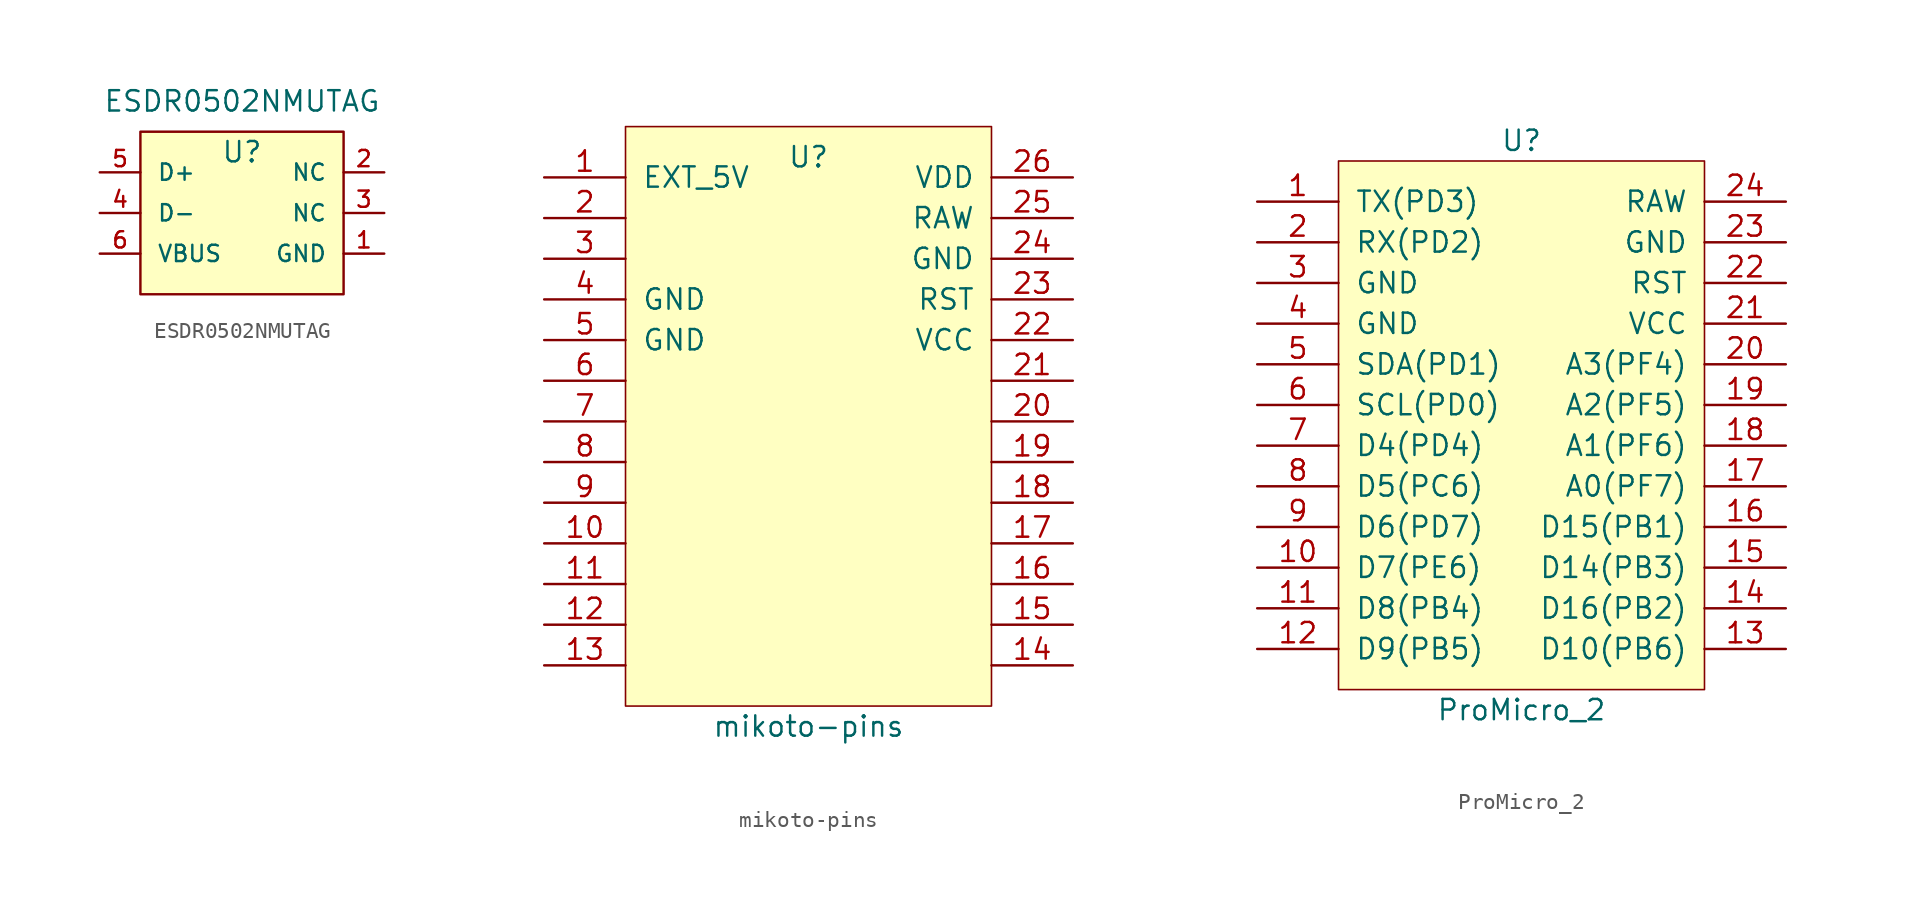
<source format=kicad_sym>
(kicad_symbol_lib
  (version 20220914)
  (generator kicad_symbol_editor)
  (symbol "ESDR0502NMUTAG"
    (pin_names
      (offset 1.016))
    (property "Reference" "U"
      (at 0 3.81 0)
      (effects (font (size 1.27 1.27))))
    (property "Value" "ESDR0502NMUTAG"
      (at 0 6.985 0)
      (effects (font (size 1.27 1.27))))
    (symbol "ESDR0502NMUTAG_1_1"
      (rectangle (start -6.35 5.08) (end 6.35 -5.08) (stroke (width 0) (type default)) (fill (type background)))
      (pin power_in line (at 8.89 -2.54 180) (length 2.54) (name "GND" (effects (font (size 1.016 1.016)))) (number "1" (effects (font (size 1.016 1.016)))))
      (pin passive line (at 8.89 2.54 180) (length 2.54) (name "NC" (effects (font (size 1.016 1.016)))) (number "2" (effects (font (size 1.016 1.016)))))
      (pin passive line (at 8.89 0 180) (length 2.54) (name "NC" (effects (font (size 1.016 1.016)))) (number "3" (effects (font (size 1.016 1.016)))))
      (pin passive line (at -8.89 0 0) (length 2.54) (name "D-" (effects (font (size 1.016 1.016)))) (number "4" (effects (font (size 1.016 1.016)))))
      (pin passive line (at -8.89 2.54 0) (length 2.54) (name "D+" (effects (font (size 1.016 1.016)))) (number "5" (effects (font (size 1.016 1.016)))))
      (pin power_in line (at -8.89 -2.54 0) (length 2.54) (name "VBUS" (effects (font (size 1.016 1.016)))) (number "6" (effects (font (size 1.016 1.016)))))))
  (symbol "mikoto-pins"
    (pin_names
      (offset 1.016))
    (property "Reference" "U"
      (at 0 16.51 0)
      (effects (font (size 1.27 1.27))))
    (property "Value" "mikoto-pins"
      (at 0 -19.05 0)
      (effects (font (size 1.27 1.27))))
    (symbol "mikoto-pins_0_0"
      (pin input line (at -16.51 15.24 0) (length 5.08) (name "EXT_5V" (effects (font (size 1.27 1.27)))) (number "1" (effects (font (size 1.27 1.27)))))
      (pin power_in line (at 16.51 15.24 180) (length 5.08) (name "VDD" (effects (font (size 1.27 1.27)))) (number "26" (effects (font (size 1.27 1.27))))))
    (symbol "mikoto-pins_0_1"
      (rectangle (start -11.43 18.415) (end 11.43 -17.78) (stroke (width 0.1) (type default)) (fill (type background))))
    (symbol "mikoto-pins_1_1"
      (pin input line (at -16.51 -7.62 0) (length 5.08) (name "" (effects (font (size 1.27 1.27)))) (number "10" (effects (font (size 1.27 1.27)))))
      (pin input line (at -16.51 -10.16 0) (length 5.08) (name "" (effects (font (size 1.27 1.27)))) (number "11" (effects (font (size 1.27 1.27)))))
      (pin input line (at -16.51 -12.7 0) (length 5.08) (name "" (effects (font (size 1.27 1.27)))) (number "12" (effects (font (size 1.27 1.27)))))
      (pin input line (at -16.51 -15.24 0) (length 5.08) (name "" (effects (font (size 1.27 1.27)))) (number "13" (effects (font (size 1.27 1.27)))))
      (pin input line (at 16.51 -15.24 180) (length 5.08) (name "" (effects (font (size 1.27 1.27)))) (number "14" (effects (font (size 1.27 1.27)))))
      (pin input line (at 16.51 -12.7 180) (length 5.08) (name "" (effects (font (size 1.27 1.27)))) (number "15" (effects (font (size 1.27 1.27)))))
      (pin input line (at 16.51 -10.16 180) (length 5.08) (name "" (effects (font (size 1.27 1.27)))) (number "16" (effects (font (size 1.27 1.27)))))
      (pin input line (at 16.51 -7.62 180) (length 5.08) (name "" (effects (font (size 1.27 1.27)))) (number "17" (effects (font (size 1.27 1.27)))))
      (pin input line (at 16.51 -5.08 180) (length 5.08) (name "" (effects (font (size 1.27 1.27)))) (number "18" (effects (font (size 1.27 1.27)))))
      (pin input line (at 16.51 -2.54 180) (length 5.08) (name "" (effects (font (size 1.27 1.27)))) (number "19" (effects (font (size 1.27 1.27)))))
      (pin input line (at -16.51 12.7 0) (length 5.08) (name "" (effects (font (size 1.27 1.27)))) (number "2" (effects (font (size 1.27 1.27)))))
      (pin input line (at 16.51 0 180) (length 5.08) (name "" (effects (font (size 1.27 1.27)))) (number "20" (effects (font (size 1.27 1.27)))))
      (pin input line (at 16.51 2.54 180) (length 5.08) (name "" (effects (font (size 1.27 1.27)))) (number "21" (effects (font (size 1.27 1.27)))))
      (pin power_in line (at 16.51 5.08 180) (length 5.08) (name "VCC" (effects (font (size 1.27 1.27)))) (number "22" (effects (font (size 1.27 1.27)))))
      (pin input line (at 16.51 7.62 180) (length 5.08) (name "RST" (effects (font (size 1.27 1.27)))) (number "23" (effects (font (size 1.27 1.27)))))
      (pin power_in line (at 16.51 10.16 180) (length 5.08) (name "GND" (effects (font (size 1.27 1.27)))) (number "24" (effects (font (size 1.27 1.27)))))
      (pin power_in line (at 16.51 12.7 180) (length 5.08) (name "RAW" (effects (font (size 1.27 1.27)))) (number "25" (effects (font (size 1.27 1.27)))))
      (pin input line (at -16.51 10.16 0) (length 5.08) (name "" (effects (font (size 1.27 1.27)))) (number "3" (effects (font (size 1.27 1.27)))))
      (pin power_in line (at -16.51 7.62 0) (length 5.08) (name "GND" (effects (font (size 1.27 1.27)))) (number "4" (effects (font (size 1.27 1.27)))))
      (pin power_in line (at -16.51 5.08 0) (length 5.08) (name "GND" (effects (font (size 1.27 1.27)))) (number "5" (effects (font (size 1.27 1.27)))))
      (pin input line (at -16.51 2.54 0) (length 5.08) (name "" (effects (font (size 1.27 1.27)))) (number "6" (effects (font (size 1.27 1.27)))))
      (pin input line (at -16.51 0 0) (length 5.08) (name "" (effects (font (size 1.27 1.27)))) (number "7" (effects (font (size 1.27 1.27)))))
      (pin input line (at -16.51 -2.54 0) (length 5.08) (name "" (effects (font (size 1.27 1.27)))) (number "8" (effects (font (size 1.27 1.27)))))
      (pin input line (at -16.51 -5.08 0) (length 5.08) (name "" (effects (font (size 1.27 1.27)))) (number "9" (effects (font (size 1.27 1.27)))))))
  (symbol "ProMicro_2"
    (pin_names
      (offset 1.016))
    (property "Reference" "U"
      (at 0 17.78 0)
      (effects (font (size 1.27 1.27))))
    (property "Value" "ProMicro_2"
      (at 0 -17.78 0)
      (effects (font (size 1.27 1.27))))
    (symbol "ProMicro_2_0_1"
      (rectangle (start -11.43 16.51) (end 11.43 -16.51) (stroke (width 0.1) (type default)) (fill (type background))))
    (symbol "ProMicro_2_1_1"
      (pin input line (at -16.51 13.97 0) (length 5.08) (name "TX(PD3)" (effects (font (size 1.27 1.27)))) (number "1" (effects (font (size 1.27 1.27)))))
      (pin input line (at -16.51 -8.89 0) (length 5.08) (name "D7(PE6)" (effects (font (size 1.27 1.27)))) (number "10" (effects (font (size 1.27 1.27)))))
      (pin input line (at -16.51 -11.43 0) (length 5.08) (name "D8(PB4)" (effects (font (size 1.27 1.27)))) (number "11" (effects (font (size 1.27 1.27)))))
      (pin input line (at -16.51 -13.97 0) (length 5.08) (name "D9(PB5)" (effects (font (size 1.27 1.27)))) (number "12" (effects (font (size 1.27 1.27)))))
      (pin input line (at 16.51 -13.97 180) (length 5.08) (name "D10(PB6)" (effects (font (size 1.27 1.27)))) (number "13" (effects (font (size 1.27 1.27)))))
      (pin input line (at 16.51 -11.43 180) (length 5.08) (name "D16(PB2)" (effects (font (size 1.27 1.27)))) (number "14" (effects (font (size 1.27 1.27)))))
      (pin input line (at 16.51 -8.89 180) (length 5.08) (name "D14(PB3)" (effects (font (size 1.27 1.27)))) (number "15" (effects (font (size 1.27 1.27)))))
      (pin input line (at 16.51 -6.35 180) (length 5.08) (name "D15(PB1)" (effects (font (size 1.27 1.27)))) (number "16" (effects (font (size 1.27 1.27)))))
      (pin input line (at 16.51 -3.81 180) (length 5.08) (name "A0(PF7)" (effects (font (size 1.27 1.27)))) (number "17" (effects (font (size 1.27 1.27)))))
      (pin input line (at 16.51 -1.27 180) (length 5.08) (name "A1(PF6)" (effects (font (size 1.27 1.27)))) (number "18" (effects (font (size 1.27 1.27)))))
      (pin input line (at 16.51 1.27 180) (length 5.08) (name "A2(PF5)" (effects (font (size 1.27 1.27)))) (number "19" (effects (font (size 1.27 1.27)))))
      (pin input line (at -16.51 11.43 0) (length 5.08) (name "RX(PD2)" (effects (font (size 1.27 1.27)))) (number "2" (effects (font (size 1.27 1.27)))))
      (pin input line (at 16.51 3.81 180) (length 5.08) (name "A3(PF4)" (effects (font (size 1.27 1.27)))) (number "20" (effects (font (size 1.27 1.27)))))
      (pin input line (at 16.51 6.35 180) (length 5.08) (name "VCC" (effects (font (size 1.27 1.27)))) (number "21" (effects (font (size 1.27 1.27)))))
      (pin input line (at 16.51 8.89 180) (length 5.08) (name "RST" (effects (font (size 1.27 1.27)))) (number "22" (effects (font (size 1.27 1.27)))))
      (pin input line (at 16.51 11.43 180) (length 5.08) (name "GND" (effects (font (size 1.27 1.27)))) (number "23" (effects (font (size 1.27 1.27)))))
      (pin input line (at 16.51 13.97 180) (length 5.08) (name "RAW" (effects (font (size 1.27 1.27)))) (number "24" (effects (font (size 1.27 1.27)))))
      (pin input line (at -16.51 8.89 0) (length 5.08) (name "GND" (effects (font (size 1.27 1.27)))) (number "3" (effects (font (size 1.27 1.27)))))
      (pin input line (at -16.51 6.35 0) (length 5.08) (name "GND" (effects (font (size 1.27 1.27)))) (number "4" (effects (font (size 1.27 1.27)))))
      (pin input line (at -16.51 3.81 0) (length 5.08) (name "SDA(PD1)" (effects (font (size 1.27 1.27)))) (number "5" (effects (font (size 1.27 1.27)))))
      (pin input line (at -16.51 1.27 0) (length 5.08) (name "SCL(PD0)" (effects (font (size 1.27 1.27)))) (number "6" (effects (font (size 1.27 1.27)))))
      (pin input line (at -16.51 -1.27 0) (length 5.08) (name "D4(PD4)" (effects (font (size 1.27 1.27)))) (number "7" (effects (font (size 1.27 1.27)))))
      (pin input line (at -16.51 -3.81 0) (length 5.08) (name "D5(PC6)" (effects (font (size 1.27 1.27)))) (number "8" (effects (font (size 1.27 1.27)))))
      (pin input line (at -16.51 -6.35 0) (length 5.08) (name "D6(PD7)" (effects (font (size 1.27 1.27)))) (number "9" (effects (font (size 1.27 1.27))))))))
</source>
